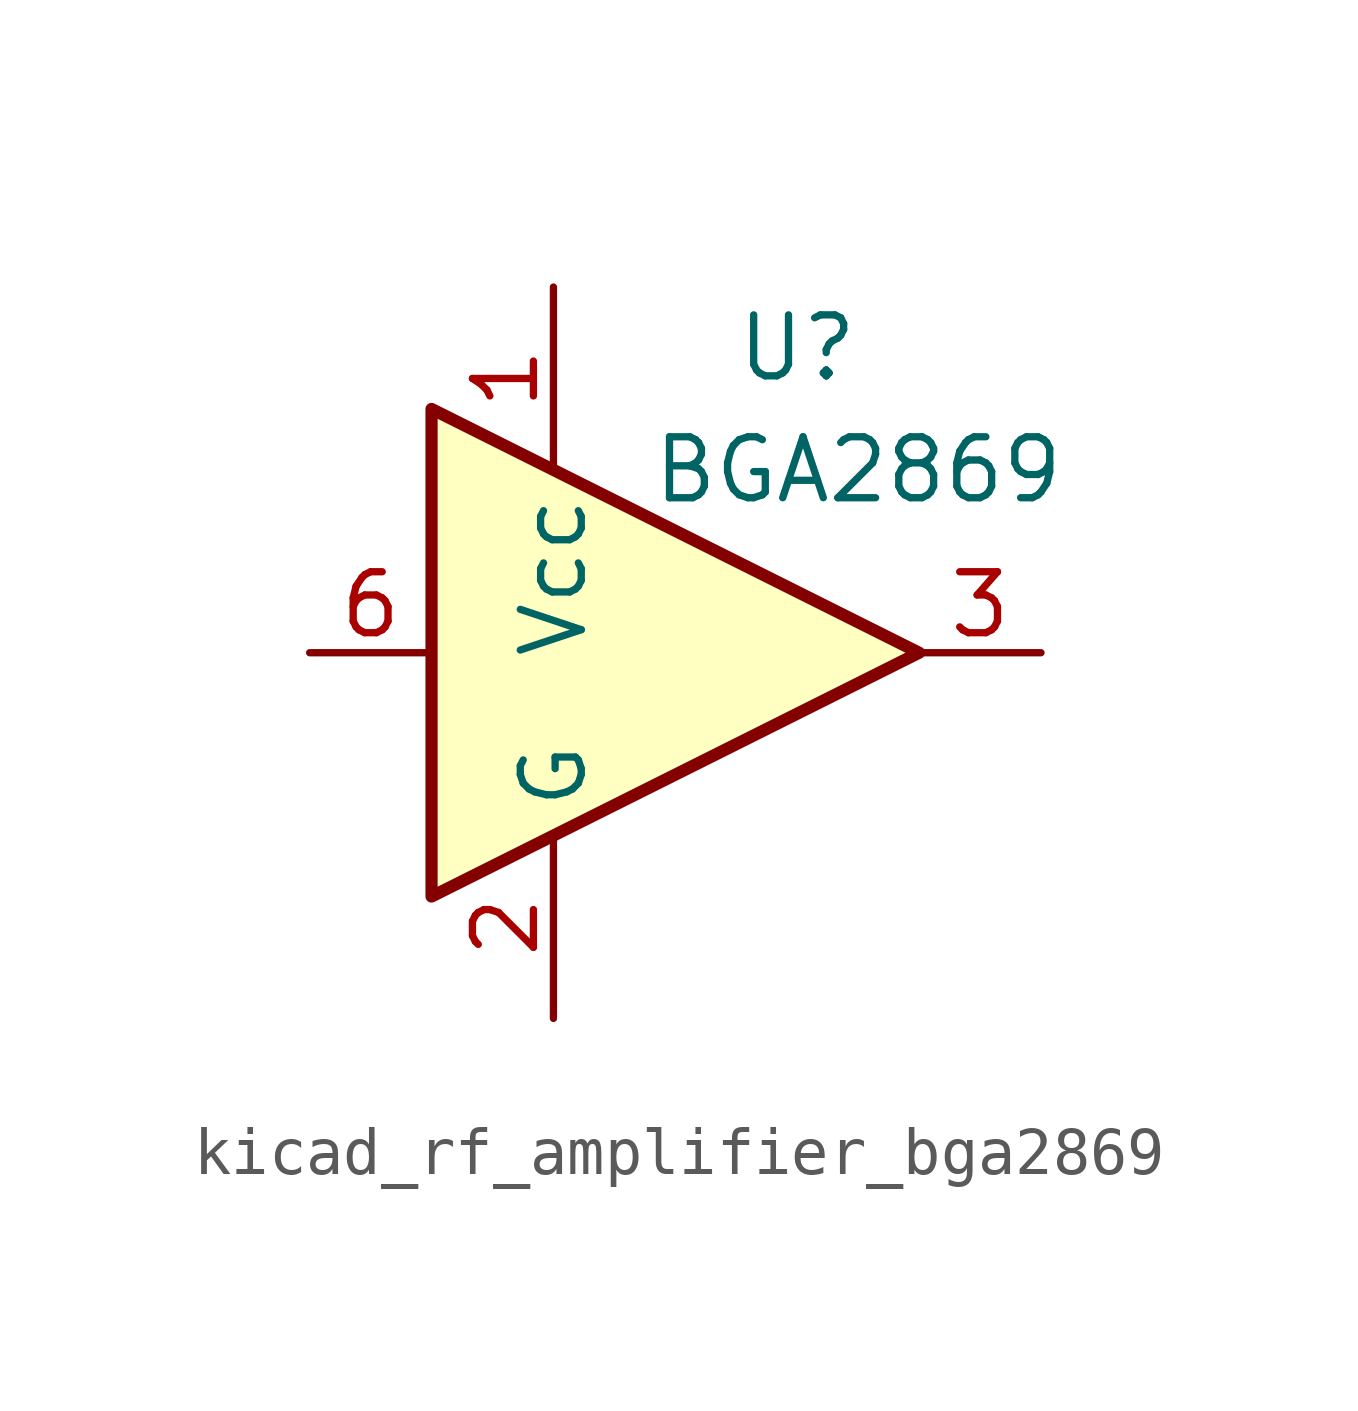
<source format=kicad_sym>
(kicad_symbol_lib
  (version 20220914)
  (generator kicad_symbol_editor)
  (symbol "kicad_rf_amplifier_bga2869"
    (property "Reference" "U"
      (at 2.54 6.35 0)
      (effects (font (size 1.27 1.27))))
    (property "Value" "BGA2869"
      (at 3.81 3.81 0)
      (effects (font (size 1.27 1.27))))
    (symbol "kicad_rf_amplifier_bga2869_0_1"
      (polyline (pts (xy 5.08 0) (xy -5.08 5.08) (xy -5.08 -5.08) (xy 5.08 0)) (stroke (width 0.254) (type default)) (fill (type background))))
    (symbol "kicad_rf_amplifier_bga2869_1_1"
      (pin power_in line (at -2.54 7.62 270) (length 3.81) (name "Vcc" (effects (font (size 1.27 1.27)))) (number "1" (effects (font (size 1.27 1.27)))))
      (pin power_in line (at -2.54 -7.62 90) (length 3.81) (name "G" (effects (font (size 1.27 1.27)))) (number "2" (effects (font (size 1.27 1.27)))))
      (pin output line (at 7.62 0 180) (length 2.54) (name "~" (effects (font (size 1.27 1.27)))) (number "3" (effects (font (size 1.27 1.27)))))
      (pin passive line (at -2.54 -7.62 90) (length 3.81) hide (name "G" (effects (font (size 1.27 1.27)))) (number "4" (effects (font (size 1.27 1.27)))))
      (pin passive line (at -2.54 -7.62 90) (length 3.81) hide (name "G" (effects (font (size 1.27 1.27)))) (number "5" (effects (font (size 1.27 1.27)))))
      (pin input line (at -7.62 0 0) (length 2.54) (name "~" (effects (font (size 1.27 1.27)))) (number "6" (effects (font (size 1.27 1.27))))))))
</source>
